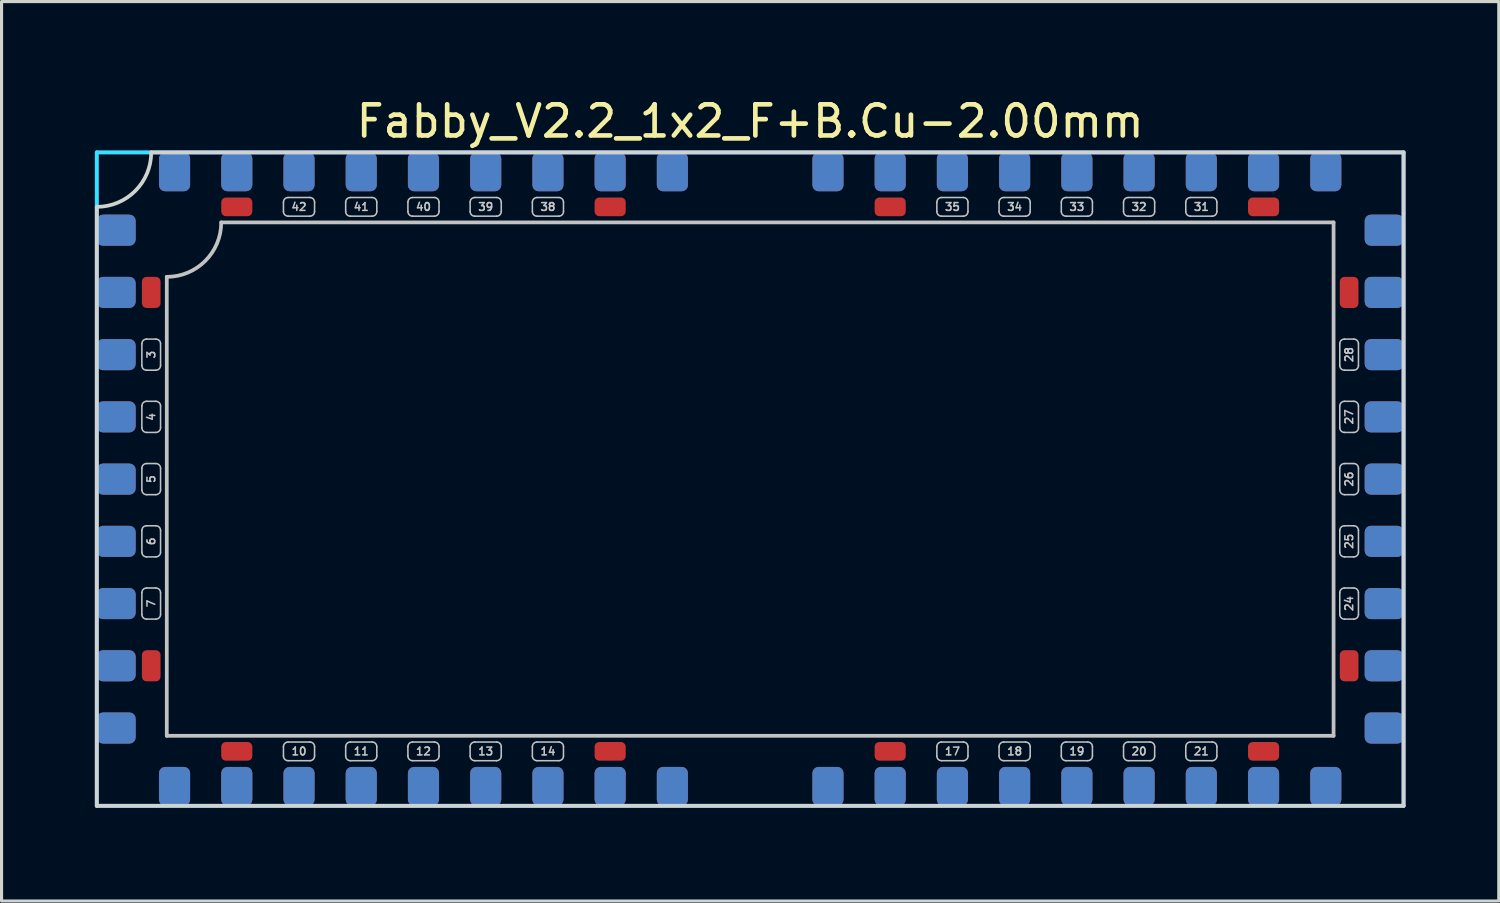
<source format=kicad_pcb>
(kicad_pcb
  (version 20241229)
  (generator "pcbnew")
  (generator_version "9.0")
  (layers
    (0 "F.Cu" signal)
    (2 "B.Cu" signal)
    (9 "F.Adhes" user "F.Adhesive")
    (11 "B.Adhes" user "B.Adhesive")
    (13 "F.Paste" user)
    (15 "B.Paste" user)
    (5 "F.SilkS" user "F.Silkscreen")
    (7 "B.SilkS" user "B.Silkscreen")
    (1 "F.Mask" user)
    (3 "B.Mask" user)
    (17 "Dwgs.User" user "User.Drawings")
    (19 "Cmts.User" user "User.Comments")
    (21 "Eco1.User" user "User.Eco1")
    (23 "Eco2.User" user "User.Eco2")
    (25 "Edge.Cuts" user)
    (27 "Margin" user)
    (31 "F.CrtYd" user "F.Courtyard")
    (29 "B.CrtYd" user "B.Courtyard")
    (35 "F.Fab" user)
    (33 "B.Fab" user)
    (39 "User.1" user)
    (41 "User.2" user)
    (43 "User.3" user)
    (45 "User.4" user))
  (footprint "Fabby_V2.2_1x2_F+B.Cu-2.00mm"
    (layer "F.Cu")
    (at 21.06 12.348)
    (property "Reference" "Fabby_V2.2_1x2_F+B.Cu-2.00mm" (at 0 -11.5 0) (layer "F.SilkS") (effects (font (size 1 1) (thickness 0.15))))
    (attr through_hole)
    (fp_line (start -19.55 -3.65) (end -19.55 -4.35) (stroke (width 0.05) (type solid)) (layer "Dwgs.User"))
    (fp_line (start -19.55 -1.65) (end -19.55 -2.35) (stroke (width 0.05) (type solid)) (layer "Dwgs.User"))
    (fp_line (start -19.55 0.35) (end -19.55 -0.35) (stroke (width 0.05) (type solid)) (layer "Dwgs.User"))
    (fp_line (start -19.55 2.35) (end -19.55 1.65) (stroke (width 0.05) (type solid)) (layer "Dwgs.User"))
    (fp_line (start -19.55 4.35) (end -19.55 3.65) (stroke (width 0.05) (type solid)) (layer "Dwgs.User"))
    (fp_line (start -19.4 -4.5) (end -19.1 -4.5) (stroke (width 0.05) (type solid)) (layer "Dwgs.User"))
    (fp_line (start -19.4 -3.5) (end -19.1 -3.5) (stroke (width 0.05) (type solid)) (layer "Dwgs.User"))
    (fp_line (start -19.4 -2.5) (end -19.1 -2.5) (stroke (width 0.05) (type solid)) (layer "Dwgs.User"))
    (fp_line (start -19.4 -1.5) (end -19.1 -1.5) (stroke (width 0.05) (type solid)) (layer "Dwgs.User"))
    (fp_line (start -19.4 -0.5) (end -19.1 -0.5) (stroke (width 0.05) (type solid)) (layer "Dwgs.User"))
    (fp_line (start -19.4 0.5) (end -19.1 0.5) (stroke (width 0.05) (type solid)) (layer "Dwgs.User"))
    (fp_line (start -19.4 1.5) (end -19.1 1.5) (stroke (width 0.05) (type solid)) (layer "Dwgs.User"))
    (fp_line (start -19.4 2.5) (end -19.1 2.5) (stroke (width 0.05) (type solid)) (layer "Dwgs.User"))
    (fp_line (start -19.4 3.5) (end -19.1 3.5) (stroke (width 0.05) (type solid)) (layer "Dwgs.User"))
    (fp_line (start -19.4 4.5) (end -19.1 4.5) (stroke (width 0.05) (type solid)) (layer "Dwgs.User"))
    (fp_line (start -18.95 -3.65) (end -18.95 -4.35) (stroke (width 0.05) (type solid)) (layer "Dwgs.User"))
    (fp_line (start -18.95 -1.65) (end -18.95 -2.35) (stroke (width 0.05) (type solid)) (layer "Dwgs.User"))
    (fp_line (start -18.95 0.35) (end -18.95 -0.35) (stroke (width 0.05) (type solid)) (layer "Dwgs.User"))
    (fp_line (start -18.95 2.35) (end -18.95 1.65) (stroke (width 0.05) (type solid)) (layer "Dwgs.User"))
    (fp_line (start -18.95 4.35) (end -18.95 3.65) (stroke (width 0.05) (type solid)) (layer "Dwgs.User"))
    (fp_line (start -18.75 8.25) (end -18.75 -6.5) (stroke (width 0.12) (type solid)) (layer "Dwgs.User"))
    (fp_line (start -17 -8.25) (end 18.75 -8.25) (stroke (width 0.12) (type solid)) (layer "Dwgs.User"))
    (fp_line (start -15 -8.6) (end -15 -8.9) (stroke (width 0.05) (type solid)) (layer "Dwgs.User"))
    (fp_line (start -15 8.6) (end -15 8.9) (stroke (width 0.05) (type solid)) (layer "Dwgs.User"))
    (fp_line (start -14.85 8.45) (end -14.15 8.45) (stroke (width 0.05) (type solid)) (layer "Dwgs.User"))
    (fp_line (start -14.85 9.05) (end -14.15 9.05) (stroke (width 0.05) (type solid)) (layer "Dwgs.User"))
    (fp_line (start -14.15 -9.05) (end -14.85 -9.05) (stroke (width 0.05) (type solid)) (layer "Dwgs.User"))
    (fp_line (start -14.15 -8.45) (end -14.85 -8.45) (stroke (width 0.05) (type solid)) (layer "Dwgs.User"))
    (fp_line (start -14 -8.6) (end -14 -8.9) (stroke (width 0.05) (type solid)) (layer "Dwgs.User"))
    (fp_line (start -14 8.6) (end -14 8.9) (stroke (width 0.05) (type solid)) (layer "Dwgs.User"))
    (fp_line (start -13 -8.6) (end -13 -8.9) (stroke (width 0.05) (type solid)) (layer "Dwgs.User"))
    (fp_line (start -13 8.6) (end -13 8.9) (stroke (width 0.05) (type solid)) (layer "Dwgs.User"))
    (fp_line (start -12.85 8.45) (end -12.15 8.45) (stroke (width 0.05) (type solid)) (layer "Dwgs.User"))
    (fp_line (start -12.85 9.05) (end -12.15 9.05) (stroke (width 0.05) (type solid)) (layer "Dwgs.User"))
    (fp_line (start -12.15 -9.05) (end -12.85 -9.05) (stroke (width 0.05) (type solid)) (layer "Dwgs.User"))
    (fp_line (start -12.15 -8.45) (end -12.85 -8.45) (stroke (width 0.05) (type solid)) (layer "Dwgs.User"))
    (fp_line (start -12 -8.6) (end -12 -8.9) (stroke (width 0.05) (type solid)) (layer "Dwgs.User"))
    (fp_line (start -12 8.6) (end -12 8.9) (stroke (width 0.05) (type solid)) (layer "Dwgs.User"))
    (fp_line (start -11 -8.6) (end -11 -8.9) (stroke (width 0.05) (type solid)) (layer "Dwgs.User"))
    (fp_line (start -11 8.6) (end -11 8.9) (stroke (width 0.05) (type solid)) (layer "Dwgs.User"))
    (fp_line (start -10.85 8.45) (end -10.15 8.45) (stroke (width 0.05) (type solid)) (layer "Dwgs.User"))
    (fp_line (start -10.85 9.05) (end -10.15 9.05) (stroke (width 0.05) (type solid)) (layer "Dwgs.User"))
    (fp_line (start -10.15 -9.05) (end -10.85 -9.05) (stroke (width 0.05) (type solid)) (layer "Dwgs.User"))
    (fp_line (start -10.15 -8.45) (end -10.85 -8.45) (stroke (width 0.05) (type solid)) (layer "Dwgs.User"))
    (fp_line (start -10 -8.6) (end -10 -8.9) (stroke (width 0.05) (type solid)) (layer "Dwgs.User"))
    (fp_line (start -10 8.6) (end -10 8.9) (stroke (width 0.05) (type solid)) (layer "Dwgs.User"))
    (fp_line (start -9 -8.6) (end -9 -8.9) (stroke (width 0.05) (type solid)) (layer "Dwgs.User"))
    (fp_line (start -9 8.6) (end -9 8.9) (stroke (width 0.05) (type solid)) (layer "Dwgs.User"))
    (fp_line (start -8.85 8.45) (end -8.15 8.45) (stroke (width 0.05) (type solid)) (layer "Dwgs.User"))
    (fp_line (start -8.85 9.05) (end -8.15 9.05) (stroke (width 0.05) (type solid)) (layer "Dwgs.User"))
    (fp_line (start -8.15 -9.05) (end -8.85 -9.05) (stroke (width 0.05) (type solid)) (layer "Dwgs.User"))
    (fp_line (start -8.15 -8.45) (end -8.85 -8.45) (stroke (width 0.05) (type solid)) (layer "Dwgs.User"))
    (fp_line (start -8 -8.6) (end -8 -8.9) (stroke (width 0.05) (type solid)) (layer "Dwgs.User"))
    (fp_line (start -8 8.6) (end -8 8.9) (stroke (width 0.05) (type solid)) (layer "Dwgs.User"))
    (fp_line (start -7 -8.6) (end -7 -8.9) (stroke (width 0.05) (type solid)) (layer "Dwgs.User"))
    (fp_line (start -7 8.6) (end -7 8.9) (stroke (width 0.05) (type solid)) (layer "Dwgs.User"))
    (fp_line (start -6.85 8.45) (end -6.15 8.45) (stroke (width 0.05) (type solid)) (layer "Dwgs.User"))
    (fp_line (start -6.85 9.05) (end -6.15 9.05) (stroke (width 0.05) (type solid)) (layer "Dwgs.User"))
    (fp_line (start -6.15 -9.05) (end -6.85 -9.05) (stroke (width 0.05) (type solid)) (layer "Dwgs.User"))
    (fp_line (start -6.15 -8.45) (end -6.85 -8.45) (stroke (width 0.05) (type solid)) (layer "Dwgs.User"))
    (fp_line (start -6 -8.6) (end -6 -8.9) (stroke (width 0.05) (type solid)) (layer "Dwgs.User"))
    (fp_line (start -6 8.6) (end -6 8.9) (stroke (width 0.05) (type solid)) (layer "Dwgs.User"))
    (fp_line (start 6 -8.6) (end 6 -8.9) (stroke (width 0.05) (type solid)) (layer "Dwgs.User"))
    (fp_line (start 6 8.9) (end 6 8.6) (stroke (width 0.05) (type solid)) (layer "Dwgs.User"))
    (fp_line (start 6.85 -9.05) (end 6.15 -9.05) (stroke (width 0.05) (type solid)) (layer "Dwgs.User"))
    (fp_line (start 6.85 -8.45) (end 6.15 -8.45) (stroke (width 0.05) (type solid)) (layer "Dwgs.User"))
    (fp_line (start 6.85 8.45) (end 6.15 8.45) (stroke (width 0.05) (type solid)) (layer "Dwgs.User"))
    (fp_line (start 6.85 9.05) (end 6.15 9.05) (stroke (width 0.05) (type solid)) (layer "Dwgs.User"))
    (fp_line (start 7 -8.6) (end 7 -8.9) (stroke (width 0.05) (type solid)) (layer "Dwgs.User"))
    (fp_line (start 7 8.9) (end 7 8.6) (stroke (width 0.05) (type solid)) (layer "Dwgs.User"))
    (fp_line (start 8 -8.6) (end 8 -8.9) (stroke (width 0.05) (type solid)) (layer "Dwgs.User"))
    (fp_line (start 8 8.9) (end 8 8.6) (stroke (width 0.05) (type solid)) (layer "Dwgs.User"))
    (fp_line (start 8.85 -9.05) (end 8.15 -9.05) (stroke (width 0.05) (type solid)) (layer "Dwgs.User"))
    (fp_line (start 8.85 -8.45) (end 8.15 -8.45) (stroke (width 0.05) (type solid)) (layer "Dwgs.User"))
    (fp_line (start 8.85 8.45) (end 8.15 8.45) (stroke (width 0.05) (type solid)) (layer "Dwgs.User"))
    (fp_line (start 8.85 9.05) (end 8.15 9.05) (stroke (width 0.05) (type solid)) (layer "Dwgs.User"))
    (fp_line (start 9 -8.6) (end 9 -8.9) (stroke (width 0.05) (type solid)) (layer "Dwgs.User"))
    (fp_line (start 9 8.9) (end 9 8.6) (stroke (width 0.05) (type solid)) (layer "Dwgs.User"))
    (fp_line (start 10 -8.6) (end 10 -8.9) (stroke (width 0.05) (type solid)) (layer "Dwgs.User"))
    (fp_line (start 10 8.9) (end 10 8.6) (stroke (width 0.05) (type solid)) (layer "Dwgs.User"))
    (fp_line (start 10.85 -9.05) (end 10.15 -9.05) (stroke (width 0.05) (type solid)) (layer "Dwgs.User"))
    (fp_line (start 10.85 -8.45) (end 10.15 -8.45) (stroke (width 0.05) (type solid)) (layer "Dwgs.User"))
    (fp_line (start 10.85 8.45) (end 10.15 8.45) (stroke (width 0.05) (type solid)) (layer "Dwgs.User"))
    (fp_line (start 10.85 9.05) (end 10.15 9.05) (stroke (width 0.05) (type solid)) (layer "Dwgs.User"))
    (fp_line (start 11 -8.6) (end 11 -8.9) (stroke (width 0.05) (type solid)) (layer "Dwgs.User"))
    (fp_line (start 11 8.9) (end 11 8.6) (stroke (width 0.05) (type solid)) (layer "Dwgs.User"))
    (fp_line (start 12 -8.6) (end 12 -8.9) (stroke (width 0.05) (type solid)) (layer "Dwgs.User"))
    (fp_line (start 12 8.9) (end 12 8.6) (stroke (width 0.05) (type solid)) (layer "Dwgs.User"))
    (fp_line (start 12.85 -9.05) (end 12.15 -9.05) (stroke (width 0.05) (type solid)) (layer "Dwgs.User"))
    (fp_line (start 12.85 -8.45) (end 12.15 -8.45) (stroke (width 0.05) (type solid)) (layer "Dwgs.User"))
    (fp_line (start 12.85 8.45) (end 12.15 8.45) (stroke (width 0.05) (type solid)) (layer "Dwgs.User"))
    (fp_line (start 12.85 9.05) (end 12.15 9.05) (stroke (width 0.05) (type solid)) (layer "Dwgs.User"))
    (fp_line (start 13 -8.6) (end 13 -8.9) (stroke (width 0.05) (type solid)) (layer "Dwgs.User"))
    (fp_line (start 13 8.9) (end 13 8.6) (stroke (width 0.05) (type solid)) (layer "Dwgs.User"))
    (fp_line (start 14 -8.6) (end 14 -8.9) (stroke (width 0.05) (type solid)) (layer "Dwgs.User"))
    (fp_line (start 14 8.9) (end 14 8.6) (stroke (width 0.05) (type solid)) (layer "Dwgs.User"))
    (fp_line (start 14.85 -9.05) (end 14.15 -9.05) (stroke (width 0.05) (type solid)) (layer "Dwgs.User"))
    (fp_line (start 14.85 -8.45) (end 14.15 -8.45) (stroke (width 0.05) (type solid)) (layer "Dwgs.User"))
    (fp_line (start 14.85 8.45) (end 14.15 8.45) (stroke (width 0.05) (type solid)) (layer "Dwgs.User"))
    (fp_line (start 14.85 9.05) (end 14.15 9.05) (stroke (width 0.05) (type solid)) (layer "Dwgs.User"))
    (fp_line (start 15 -8.6) (end 15 -8.9) (stroke (width 0.05) (type solid)) (layer "Dwgs.User"))
    (fp_line (start 15 8.9) (end 15 8.6) (stroke (width 0.05) (type solid)) (layer "Dwgs.User"))
    (fp_line (start 18.75 -8.25) (end 18.75 8.25) (stroke (width 0.12) (type solid)) (layer "Dwgs.User"))
    (fp_line (start 18.75 8.25) (end -18.75 8.25) (stroke (width 0.12) (type solid)) (layer "Dwgs.User"))
    (fp_line (start 18.95 -4.35) (end 18.95 -3.65) (stroke (width 0.05) (type solid)) (layer "Dwgs.User"))
    (fp_line (start 18.95 -2.35) (end 18.95 -1.65) (stroke (width 0.05) (type solid)) (layer "Dwgs.User"))
    (fp_line (start 18.95 -0.35) (end 18.95 0.35) (stroke (width 0.05) (type solid)) (layer "Dwgs.User"))
    (fp_line (start 18.95 1.65) (end 18.95 2.35) (stroke (width 0.05) (type solid)) (layer "Dwgs.User"))
    (fp_line (start 18.95 3.65) (end 18.95 4.35) (stroke (width 0.05) (type solid)) (layer "Dwgs.User"))
    (fp_line (start 19.4 -4.5) (end 19.1 -4.5) (stroke (width 0.05) (type solid)) (layer "Dwgs.User"))
    (fp_line (start 19.4 -3.5) (end 19.1 -3.5) (stroke (width 0.05) (type solid)) (layer "Dwgs.User"))
    (fp_line (start 19.4 -2.5) (end 19.1 -2.5) (stroke (width 0.05) (type solid)) (layer "Dwgs.User"))
    (fp_line (start 19.4 -1.5) (end 19.1 -1.5) (stroke (width 0.05) (type solid)) (layer "Dwgs.User"))
    (fp_line (start 19.4 -0.5) (end 19.1 -0.5) (stroke (width 0.05) (type solid)) (layer "Dwgs.User"))
    (fp_line (start 19.4 0.5) (end 19.1 0.5) (stroke (width 0.05) (type solid)) (layer "Dwgs.User"))
    (fp_line (start 19.4 1.5) (end 19.1 1.5) (stroke (width 0.05) (type solid)) (layer "Dwgs.User"))
    (fp_line (start 19.4 2.5) (end 19.1 2.5) (stroke (width 0.05) (type solid)) (layer "Dwgs.User"))
    (fp_line (start 19.4 3.5) (end 19.1 3.5) (stroke (width 0.05) (type solid)) (layer "Dwgs.User"))
    (fp_line (start 19.4 4.5) (end 19.1 4.5) (stroke (width 0.05) (type solid)) (layer "Dwgs.User"))
    (fp_line (start 19.55 -4.35) (end 19.55 -3.65) (stroke (width 0.05) (type solid)) (layer "Dwgs.User"))
    (fp_line (start 19.55 -2.35) (end 19.55 -1.65) (stroke (width 0.05) (type solid)) (layer "Dwgs.User"))
    (fp_line (start 19.55 -0.35) (end 19.55 0.35) (stroke (width 0.05) (type solid)) (layer "Dwgs.User"))
    (fp_line (start 19.55 1.65) (end 19.55 2.35) (stroke (width 0.05) (type solid)) (layer "Dwgs.User"))
    (fp_line (start 19.55 3.65) (end 19.55 4.35) (stroke (width 0.05) (type solid)) (layer "Dwgs.User"))
    (fp_arc (start -19.55 -4.35) (mid -19.506066 -4.456066) (end -19.4 -4.5) (stroke (width 0.05) (type solid)) (layer "Dwgs.User"))
    (fp_arc (start -19.55 -2.35) (mid -19.506066 -2.456066) (end -19.4 -2.5) (stroke (width 0.05) (type solid)) (layer "Dwgs.User"))
    (fp_arc (start -19.55 -0.35) (mid -19.506066 -0.456066) (end -19.4 -0.5) (stroke (width 0.05) (type solid)) (layer "Dwgs.User"))
    (fp_arc (start -19.55 1.65) (mid -19.506066 1.543934) (end -19.4 1.5) (stroke (width 0.05) (type solid)) (layer "Dwgs.User"))
    (fp_arc (start -19.55 3.65) (mid -19.506066 3.543934) (end -19.4 3.5) (stroke (width 0.05) (type solid)) (layer "Dwgs.User"))
    (fp_arc (start -19.4 -3.5) (mid -19.506066 -3.543934) (end -19.55 -3.65) (stroke (width 0.05) (type solid)) (layer "Dwgs.User"))
    (fp_arc (start -19.4 -1.5) (mid -19.506066 -1.543934) (end -19.55 -1.65) (stroke (width 0.05) (type solid)) (layer "Dwgs.User"))
    (fp_arc (start -19.4 0.5) (mid -19.506066 0.456066) (end -19.55 0.35) (stroke (width 0.05) (type solid)) (layer "Dwgs.User"))
    (fp_arc (start -19.4 2.5) (mid -19.506066 2.456066) (end -19.55 2.35) (stroke (width 0.05) (type solid)) (layer "Dwgs.User"))
    (fp_arc (start -19.4 4.5) (mid -19.506066 4.456066) (end -19.55 4.35) (stroke (width 0.05) (type solid)) (layer "Dwgs.User"))
    (fp_arc (start -19.1 -4.5) (mid -18.993934 -4.456066) (end -18.95 -4.35) (stroke (width 0.05) (type solid)) (layer "Dwgs.User"))
    (fp_arc (start -19.1 -2.5) (mid -18.993934 -2.456066) (end -18.95 -2.35) (stroke (width 0.05) (type solid)) (layer "Dwgs.User"))
    (fp_arc (start -19.1 -0.5) (mid -18.993934 -0.456066) (end -18.95 -0.35) (stroke (width 0.05) (type solid)) (layer "Dwgs.User"))
    (fp_arc (start -19.1 1.5) (mid -18.993934 1.543934) (end -18.95 1.65) (stroke (width 0.05) (type solid)) (layer "Dwgs.User"))
    (fp_arc (start -19.1 3.5) (mid -18.993934 3.543934) (end -18.95 3.65) (stroke (width 0.05) (type solid)) (layer "Dwgs.User"))
    (fp_arc (start -18.95 -3.65) (mid -18.993934 -3.543934) (end -19.1 -3.5) (stroke (width 0.05) (type solid)) (layer "Dwgs.User"))
    (fp_arc (start -18.95 -1.65) (mid -18.993934 -1.543934) (end -19.1 -1.5) (stroke (width 0.05) (type solid)) (layer "Dwgs.User"))
    (fp_arc (start -18.95 0.35) (mid -18.993934 0.456066) (end -19.1 0.5) (stroke (width 0.05) (type solid)) (layer "Dwgs.User"))
    (fp_arc (start -18.95 2.35) (mid -18.993934 2.456066) (end -19.1 2.5) (stroke (width 0.05) (type solid)) (layer "Dwgs.User"))
    (fp_arc (start -18.95 4.35) (mid -18.993934 4.456066) (end -19.1 4.5) (stroke (width 0.05) (type solid)) (layer "Dwgs.User"))
    (fp_arc (start -17 -8.25) (mid -17.512563 -7.012563) (end -18.75 -6.5) (stroke (width 0.12) (type solid)) (layer "Dwgs.User"))
    (fp_arc (start -15 -8.9) (mid -14.956066 -9.006066) (end -14.85 -9.05) (stroke (width 0.05) (type solid)) (layer "Dwgs.User"))
    (fp_arc (start -15 8.6) (mid -14.956066 8.493934) (end -14.85 8.45) (stroke (width 0.05) (type solid)) (layer "Dwgs.User"))
    (fp_arc (start -14.85 -8.45) (mid -14.956066 -8.493934) (end -15 -8.6) (stroke (width 0.05) (type solid)) (layer "Dwgs.User"))
    (fp_arc (start -14.85 9.05) (mid -14.956066 9.006066) (end -15 8.9) (stroke (width 0.05) (type solid)) (layer "Dwgs.User"))
    (fp_arc (start -14.15 -9.05) (mid -14.043934 -9.006066) (end -14 -8.9) (stroke (width 0.05) (type solid)) (layer "Dwgs.User"))
    (fp_arc (start -14.15 8.45) (mid -14.043934 8.493934) (end -14 8.6) (stroke (width 0.05) (type solid)) (layer "Dwgs.User"))
    (fp_arc (start -14 -8.6) (mid -14.043934 -8.493934) (end -14.15 -8.45) (stroke (width 0.05) (type solid)) (layer "Dwgs.User"))
    (fp_arc (start -14 8.9) (mid -14.043934 9.006066) (end -14.15 9.05) (stroke (width 0.05) (type solid)) (layer "Dwgs.User"))
    (fp_arc (start -13 -8.9) (mid -12.956066 -9.006066) (end -12.85 -9.05) (stroke (width 0.05) (type solid)) (layer "Dwgs.User"))
    (fp_arc (start -13 8.6) (mid -12.956066 8.493934) (end -12.85 8.45) (stroke (width 0.05) (type solid)) (layer "Dwgs.User"))
    (fp_arc (start -12.85 -8.45) (mid -12.956066 -8.493934) (end -13 -8.6) (stroke (width 0.05) (type solid)) (layer "Dwgs.User"))
    (fp_arc (start -12.85 9.05) (mid -12.956066 9.006066) (end -13 8.9) (stroke (width 0.05) (type solid)) (layer "Dwgs.User"))
    (fp_arc (start -12.15 -9.05) (mid -12.043934 -9.006066) (end -12 -8.9) (stroke (width 0.05) (type solid)) (layer "Dwgs.User"))
    (fp_arc (start -12.15 8.45) (mid -12.043934 8.493934) (end -12 8.6) (stroke (width 0.05) (type solid)) (layer "Dwgs.User"))
    (fp_arc (start -12 -8.6) (mid -12.043934 -8.493934) (end -12.15 -8.45) (stroke (width 0.05) (type solid)) (layer "Dwgs.User"))
    (fp_arc (start -12 8.9) (mid -12.043934 9.006066) (end -12.15 9.05) (stroke (width 0.05) (type solid)) (layer "Dwgs.User"))
    (fp_arc (start -11 -8.9) (mid -10.956066 -9.006066) (end -10.85 -9.05) (stroke (width 0.05) (type solid)) (layer "Dwgs.User"))
    (fp_arc (start -11 8.6) (mid -10.956066 8.493934) (end -10.85 8.45) (stroke (width 0.05) (type solid)) (layer "Dwgs.User"))
    (fp_arc (start -10.85 -8.45) (mid -10.956066 -8.493934) (end -11 -8.6) (stroke (width 0.05) (type solid)) (layer "Dwgs.User"))
    (fp_arc (start -10.85 9.05) (mid -10.956066 9.006066) (end -11 8.9) (stroke (width 0.05) (type solid)) (layer "Dwgs.User"))
    (fp_arc (start -10.15 -9.05) (mid -10.043934 -9.006066) (end -10 -8.9) (stroke (width 0.05) (type solid)) (layer "Dwgs.User"))
    (fp_arc (start -10.15 8.45) (mid -10.043934 8.493934) (end -10 8.6) (stroke (width 0.05) (type solid)) (layer "Dwgs.User"))
    (fp_arc (start -10 -8.6) (mid -10.043934 -8.493934) (end -10.15 -8.45) (stroke (width 0.05) (type solid)) (layer "Dwgs.User"))
    (fp_arc (start -10 8.9) (mid -10.043934 9.006066) (end -10.15 9.05) (stroke (width 0.05) (type solid)) (layer "Dwgs.User"))
    (fp_arc (start -9 -8.9) (mid -8.956066 -9.006066) (end -8.85 -9.05) (stroke (width 0.05) (type solid)) (layer "Dwgs.User"))
    (fp_arc (start -9 8.6) (mid -8.956066 8.493934) (end -8.85 8.45) (stroke (width 0.05) (type solid)) (layer "Dwgs.User"))
    (fp_arc (start -8.85 -8.45) (mid -8.956066 -8.493934) (end -9 -8.6) (stroke (width 0.05) (type solid)) (layer "Dwgs.User"))
    (fp_arc (start -8.85 9.05) (mid -8.956066 9.006066) (end -9 8.9) (stroke (width 0.05) (type solid)) (layer "Dwgs.User"))
    (fp_arc (start -8.15 -9.05) (mid -8.043934 -9.006066) (end -8 -8.9) (stroke (width 0.05) (type solid)) (layer "Dwgs.User"))
    (fp_arc (start -8.15 8.45) (mid -8.043934 8.493934) (end -8 8.6) (stroke (width 0.05) (type solid)) (layer "Dwgs.User"))
    (fp_arc (start -8 -8.6) (mid -8.043934 -8.493934) (end -8.15 -8.45) (stroke (width 0.05) (type solid)) (layer "Dwgs.User"))
    (fp_arc (start -8 8.9) (mid -8.043934 9.006066) (end -8.15 9.05) (stroke (width 0.05) (type solid)) (layer "Dwgs.User"))
    (fp_arc (start -7 -8.9) (mid -6.956066 -9.006066) (end -6.85 -9.05) (stroke (width 0.05) (type solid)) (layer "Dwgs.User"))
    (fp_arc (start -7 8.6) (mid -6.956066 8.493934) (end -6.85 8.45) (stroke (width 0.05) (type solid)) (layer "Dwgs.User"))
    (fp_arc (start -6.85 -8.45) (mid -6.956066 -8.493934) (end -7 -8.6) (stroke (width 0.05) (type solid)) (layer "Dwgs.User"))
    (fp_arc (start -6.85 9.05) (mid -6.956066 9.006066) (end -7 8.9) (stroke (width 0.05) (type solid)) (layer "Dwgs.User"))
    (fp_arc (start -6.15 -9.05) (mid -6.043934 -9.006066) (end -6 -8.9) (stroke (width 0.05) (type solid)) (layer "Dwgs.User"))
    (fp_arc (start -6.15 8.45) (mid -6.043934 8.493934) (end -6 8.6) (stroke (width 0.05) (type solid)) (layer "Dwgs.User"))
    (fp_arc (start -6 -8.6) (mid -6.043934 -8.493934) (end -6.15 -8.45) (stroke (width 0.05) (type solid)) (layer "Dwgs.User"))
    (fp_arc (start -6 8.9) (mid -6.043934 9.006066) (end -6.15 9.05) (stroke (width 0.05) (type solid)) (layer "Dwgs.User"))
    (fp_arc (start 6 -8.9) (mid 6.043934 -9.006066) (end 6.15 -9.05) (stroke (width 0.05) (type solid)) (layer "Dwgs.User"))
    (fp_arc (start 6 8.6) (mid 6.043934 8.493934) (end 6.15 8.45) (stroke (width 0.05) (type solid)) (layer "Dwgs.User"))
    (fp_arc (start 6.15 -8.45) (mid 6.043934 -8.493934) (end 6 -8.6) (stroke (width 0.05) (type solid)) (layer "Dwgs.User"))
    (fp_arc (start 6.15 9.05) (mid 6.043934 9.006066) (end 6 8.9) (stroke (width 0.05) (type solid)) (layer "Dwgs.User"))
    (fp_arc (start 6.85 -9.05) (mid 6.956066 -9.006066) (end 7 -8.9) (stroke (width 0.05) (type solid)) (layer "Dwgs.User"))
    (fp_arc (start 6.85 8.45) (mid 6.956066 8.493934) (end 7 8.6) (stroke (width 0.05) (type solid)) (layer "Dwgs.User"))
    (fp_arc (start 7 -8.6) (mid 6.956066 -8.493934) (end 6.85 -8.45) (stroke (width 0.05) (type solid)) (layer "Dwgs.User"))
    (fp_arc (start 7 8.9) (mid 6.956066 9.006066) (end 6.85 9.05) (stroke (width 0.05) (type solid)) (layer "Dwgs.User"))
    (fp_arc (start 8 -8.9) (mid 8.043934 -9.006066) (end 8.15 -9.05) (stroke (width 0.05) (type solid)) (layer "Dwgs.User"))
    (fp_arc (start 8 8.6) (mid 8.043934 8.493934) (end 8.15 8.45) (stroke (width 0.05) (type solid)) (layer "Dwgs.User"))
    (fp_arc (start 8.15 -8.45) (mid 8.043934 -8.493934) (end 8 -8.6) (stroke (width 0.05) (type solid)) (layer "Dwgs.User"))
    (fp_arc (start 8.15 9.05) (mid 8.043934 9.006066) (end 8 8.9) (stroke (width 0.05) (type solid)) (layer "Dwgs.User"))
    (fp_arc (start 8.85 -9.05) (mid 8.956066 -9.006066) (end 9 -8.9) (stroke (width 0.05) (type solid)) (layer "Dwgs.User"))
    (fp_arc (start 8.85 8.45) (mid 8.956066 8.493934) (end 9 8.6) (stroke (width 0.05) (type solid)) (layer "Dwgs.User"))
    (fp_arc (start 9 -8.6) (mid 8.956066 -8.493934) (end 8.85 -8.45) (stroke (width 0.05) (type solid)) (layer "Dwgs.User"))
    (fp_arc (start 9 8.9) (mid 8.956066 9.006066) (end 8.85 9.05) (stroke (width 0.05) (type solid)) (layer "Dwgs.User"))
    (fp_arc (start 10 -8.9) (mid 10.043934 -9.006066) (end 10.15 -9.05) (stroke (width 0.05) (type solid)) (layer "Dwgs.User"))
    (fp_arc (start 10 8.6) (mid 10.043934 8.493934) (end 10.15 8.45) (stroke (width 0.05) (type solid)) (layer "Dwgs.User"))
    (fp_arc (start 10.15 -8.45) (mid 10.043934 -8.493934) (end 10 -8.6) (stroke (width 0.05) (type solid)) (layer "Dwgs.User"))
    (fp_arc (start 10.15 9.05) (mid 10.043934 9.006066) (end 10 8.9) (stroke (width 0.05) (type solid)) (layer "Dwgs.User"))
    (fp_arc (start 10.85 -9.05) (mid 10.956066 -9.006066) (end 11 -8.9) (stroke (width 0.05) (type solid)) (layer "Dwgs.User"))
    (fp_arc (start 10.85 8.45) (mid 10.956066 8.493934) (end 11 8.6) (stroke (width 0.05) (type solid)) (layer "Dwgs.User"))
    (fp_arc (start 11 -8.6) (mid 10.956066 -8.493934) (end 10.85 -8.45) (stroke (width 0.05) (type solid)) (layer "Dwgs.User"))
    (fp_arc (start 11 8.9) (mid 10.956066 9.006066) (end 10.85 9.05) (stroke (width 0.05) (type solid)) (layer "Dwgs.User"))
    (fp_arc (start 12 -8.9) (mid 12.043934 -9.006066) (end 12.15 -9.05) (stroke (width 0.05) (type solid)) (layer "Dwgs.User"))
    (fp_arc (start 12 8.6) (mid 12.043934 8.493934) (end 12.15 8.45) (stroke (width 0.05) (type solid)) (layer "Dwgs.User"))
    (fp_arc (start 12.15 -8.45) (mid 12.043934 -8.493934) (end 12 -8.6) (stroke (width 0.05) (type solid)) (layer "Dwgs.User"))
    (fp_arc (start 12.15 9.05) (mid 12.043934 9.006066) (end 12 8.9) (stroke (width 0.05) (type solid)) (layer "Dwgs.User"))
    (fp_arc (start 12.85 -9.05) (mid 12.956066 -9.006066) (end 13 -8.9) (stroke (width 0.05) (type solid)) (layer "Dwgs.User"))
    (fp_arc (start 12.85 8.45) (mid 12.956066 8.493934) (end 13 8.6) (stroke (width 0.05) (type solid)) (layer "Dwgs.User"))
    (fp_arc (start 13 -8.6) (mid 12.956066 -8.493934) (end 12.85 -8.45) (stroke (width 0.05) (type solid)) (layer "Dwgs.User"))
    (fp_arc (start 13 8.9) (mid 12.956066 9.006066) (end 12.85 9.05) (stroke (width 0.05) (type solid)) (layer "Dwgs.User"))
    (fp_arc (start 14 -8.9) (mid 14.043934 -9.006066) (end 14.15 -9.05) (stroke (width 0.05) (type solid)) (layer "Dwgs.User"))
    (fp_arc (start 14 8.6) (mid 14.043934 8.493934) (end 14.15 8.45) (stroke (width 0.05) (type solid)) (layer "Dwgs.User"))
    (fp_arc (start 14.15 -8.45) (mid 14.043934 -8.493934) (end 14 -8.6) (stroke (width 0.05) (type solid)) (layer "Dwgs.User"))
    (fp_arc (start 14.15 9.05) (mid 14.043934 9.006066) (end 14 8.9) (stroke (width 0.05) (type solid)) (layer "Dwgs.User"))
    (fp_arc (start 14.85 -9.05) (mid 14.956066 -9.006066) (end 15 -8.9) (stroke (width 0.05) (type solid)) (layer "Dwgs.User"))
    (fp_arc (start 14.85 8.45) (mid 14.956066 8.493934) (end 15 8.6) (stroke (width 0.05) (type solid)) (layer "Dwgs.User"))
    (fp_arc (start 15 -8.6) (mid 14.956066 -8.493934) (end 14.85 -8.45) (stroke (width 0.05) (type solid)) (layer "Dwgs.User"))
    (fp_arc (start 15 8.9) (mid 14.956066 9.006066) (end 14.85 9.05) (stroke (width 0.05) (type solid)) (layer "Dwgs.User"))
    (fp_arc (start 18.95 -4.35) (mid 18.993934 -4.456066) (end 19.1 -4.5) (stroke (width 0.05) (type solid)) (layer "Dwgs.User"))
    (fp_arc (start 18.95 -2.35) (mid 18.993934 -2.456066) (end 19.1 -2.5) (stroke (width 0.05) (type solid)) (layer "Dwgs.User"))
    (fp_arc (start 18.95 -0.35) (mid 18.993934 -0.456066) (end 19.1 -0.5) (stroke (width 0.05) (type solid)) (layer "Dwgs.User"))
    (fp_arc (start 18.95 1.65) (mid 18.993934 1.543934) (end 19.1 1.5) (stroke (width 0.05) (type solid)) (layer "Dwgs.User"))
    (fp_arc (start 18.95 3.65) (mid 18.993934 3.543934) (end 19.1 3.5) (stroke (width 0.05) (type solid)) (layer "Dwgs.User"))
    (fp_arc (start 19.1 -3.5) (mid 18.993934 -3.543934) (end 18.95 -3.65) (stroke (width 0.05) (type solid)) (layer "Dwgs.User"))
    (fp_arc (start 19.1 -1.5) (mid 18.993934 -1.543934) (end 18.95 -1.65) (stroke (width 0.05) (type solid)) (layer "Dwgs.User"))
    (fp_arc (start 19.1 0.5) (mid 18.993934 0.456066) (end 18.95 0.35) (stroke (width 0.05) (type solid)) (layer "Dwgs.User"))
    (fp_arc (start 19.1 2.5) (mid 18.993934 2.456066) (end 18.95 2.35) (stroke (width 0.05) (type solid)) (layer "Dwgs.User"))
    (fp_arc (start 19.1 4.5) (mid 18.993934 4.456066) (end 18.95 4.35) (stroke (width 0.05) (type solid)) (layer "Dwgs.User"))
    (fp_arc (start 19.4 -4.5) (mid 19.506066 -4.456066) (end 19.55 -4.35) (stroke (width 0.05) (type solid)) (layer "Dwgs.User"))
    (fp_arc (start 19.4 -2.5) (mid 19.506066 -2.456066) (end 19.55 -2.35) (stroke (width 0.05) (type solid)) (layer "Dwgs.User"))
    (fp_arc (start 19.4 -0.5) (mid 19.506066 -0.456066) (end 19.55 -0.35) (stroke (width 0.05) (type solid)) (layer "Dwgs.User"))
    (fp_arc (start 19.4 1.5) (mid 19.506066 1.543934) (end 19.55 1.65) (stroke (width 0.05) (type solid)) (layer "Dwgs.User"))
    (fp_arc (start 19.4 3.5) (mid 19.506066 3.543934) (end 19.55 3.65) (stroke (width 0.05) (type solid)) (layer "Dwgs.User"))
    (fp_arc (start 19.55 -3.65) (mid 19.506066 -3.543934) (end 19.4 -3.5) (stroke (width 0.05) (type solid)) (layer "Dwgs.User"))
    (fp_arc (start 19.55 -1.65) (mid 19.506066 -1.543934) (end 19.4 -1.5) (stroke (width 0.05) (type solid)) (layer "Dwgs.User"))
    (fp_arc (start 19.55 0.35) (mid 19.506066 0.456066) (end 19.4 0.5) (stroke (width 0.05) (type solid)) (layer "Dwgs.User"))
    (fp_arc (start 19.55 2.35) (mid 19.506066 2.456066) (end 19.4 2.5) (stroke (width 0.05) (type solid)) (layer "Dwgs.User"))
    (fp_arc (start 19.55 4.35) (mid 19.506066 4.456066) (end 19.4 4.5) (stroke (width 0.05) (type solid)) (layer "Dwgs.User"))
    (fp_line (start -21 -8.75) (end -21 10.5) (stroke (width 0.12) (type solid)) (layer "Edge.Cuts"))
    (fp_line (start -21 10.5) (end 21 10.5) (stroke (width 0.12) (type solid)) (layer "Edge.Cuts"))
    (fp_line (start -19.25 -10.5) (end 21 -10.5) (stroke (width 0.12) (type solid)) (layer "Edge.Cuts"))
    (fp_line (start 21 -10.5) (end 21 10.5) (stroke (width 0.12) (type solid)) (layer "Edge.Cuts"))
    (fp_arc (start -19.25 -10.5) (mid -19.762563 -9.262563) (end -21 -8.75) (stroke (width 0.12) (type solid)) (layer "Edge.Cuts"))
    (fp_line (start -21 -10.5) (end 21 -10.5) (stroke (width 0.12) (type solid)) (layer "B.CrtYd"))
    (fp_line (start -21 10.5) (end -21 -10.5) (stroke (width 0.12) (type solid)) (layer "B.CrtYd"))
    (fp_line (start -21 10.5) (end 21 10.5) (stroke (width 0.12) (type solid)) (layer "B.CrtYd"))
    (fp_line (start 21 10.5) (end 21 -10.5) (stroke (width 0.12) (type solid)) (layer "B.CrtYd"))
    (fp_line (start -21 -10.5) (end 21 -10.5) (stroke (width 0.12) (type solid)) (layer "F.CrtYd"))
    (fp_line (start -21 10.5) (end -21 -10.5) (stroke (width 0.12) (type solid)) (layer "F.CrtYd"))
    (fp_line (start -21 10.5) (end 21 10.5) (stroke (width 0.12) (type solid)) (layer "F.CrtYd"))
    (fp_line (start 21 10.5) (end 21 -10.5) (stroke (width 0.12) (type solid)) (layer "F.CrtYd"))
    (fp_text user "13" (at -8.5 8.75 0) (layer "Dwgs.User") (effects (font (size 0.25 0.25) (thickness 0.05))))
    (fp_text user "35" (at 6.5 -8.75 180) (layer "Dwgs.User") (effects (font (size 0.25 0.25) (thickness 0.05))))
    (fp_text user "17" (at 6.5 8.75 180) (layer "Dwgs.User") (effects (font (size 0.25 0.25) (thickness 0.05))))
    (fp_text user "21" (at 14.5 8.75 180) (layer "Dwgs.User") (effects (font (size 0.25 0.25) (thickness 0.05))))
    (fp_text user "6" (at -19.25 2 90) (layer "Dwgs.User") (effects (font (size 0.25 0.25) (thickness 0.05))))
    (fp_text user "4" (at -19.25 -2 90) (layer "Dwgs.User") (effects (font (size 0.25 0.25) (thickness 0.05))))
    (fp_text user "11" (at -12.5 8.75 0) (layer "Dwgs.User") (effects (font (size 0.25 0.25) (thickness 0.05))))
    (fp_text user "18" (at 8.5 8.75 180) (layer "Dwgs.User") (effects (font (size 0.25 0.25) (thickness 0.05))))
    (fp_text user "3" (at -19.25 -4 90) (layer "Dwgs.User") (effects (font (size 0.25 0.25) (thickness 0.05))))
    (fp_text user "42" (at -14.5 -8.75 180) (layer "Dwgs.User") (effects (font (size 0.25 0.25) (thickness 0.05))))
    (fp_text user "41" (at -12.5 -8.75 180) (layer "Dwgs.User") (effects (font (size 0.25 0.25) (thickness 0.05))))
    (fp_text user "31" (at 14.5 -8.75 180) (layer "Dwgs.User") (effects (font (size 0.25 0.25) (thickness 0.05))))
    (fp_text user "24" (at 19.25 4 270) (layer "Dwgs.User") (effects (font (size 0.25 0.25) (thickness 0.05))))
    (fp_text user "38" (at -6.5 -8.75 180) (layer "Dwgs.User") (effects (font (size 0.25 0.25) (thickness 0.05))))
    (fp_text user "5" (at -19.25 0 90) (layer "Dwgs.User") (effects (font (size 0.25 0.25) (thickness 0.05))))
    (fp_text user "40" (at -10.5 -8.75 180) (layer "Dwgs.User") (effects (font (size 0.25 0.25) (thickness 0.05))))
    (fp_text user "32" (at 12.5 -8.75 180) (layer "Dwgs.User") (effects (font (size 0.25 0.25) (thickness 0.05))))
    (fp_text user "28" (at 19.25 -4 270) (layer "Dwgs.User") (effects (font (size 0.25 0.25) (thickness 0.05))))
    (fp_text user "14" (at -6.5 8.75 0) (layer "Dwgs.User") (effects (font (size 0.25 0.25) (thickness 0.05))))
    (fp_text user "27" (at 19.25 -2 270) (layer "Dwgs.User") (effects (font (size 0.25 0.25) (thickness 0.05))))
    (fp_text user "34" (at 8.5 -8.75 180) (layer "Dwgs.User") (effects (font (size 0.25 0.25) (thickness 0.05))))
    (fp_text user "39" (at -8.5 -8.75 180) (layer "Dwgs.User") (effects (font (size 0.25 0.25) (thickness 0.05))))
    (fp_text user "7" (at -19.25 4 90) (layer "Dwgs.User") (effects (font (size 0.25 0.25) (thickness 0.05))))
    (fp_text user "25" (at 19.25 2 270) (layer "Dwgs.User") (effects (font (size 0.25 0.25) (thickness 0.05))))
    (fp_text user "20" (at 12.5 8.75 180) (layer "Dwgs.User") (effects (font (size 0.25 0.25) (thickness 0.05))))
    (fp_text user "26" (at 19.25 0 270) (layer "Dwgs.User") (effects (font (size 0.25 0.25) (thickness 0.05))))
    (fp_text user "33" (at 10.5 -8.75 180) (layer "Dwgs.User") (effects (font (size 0.25 0.25) (thickness 0.05))))
    (fp_text user "19" (at 10.5 8.75 180) (layer "Dwgs.User") (effects (font (size 0.25 0.25) (thickness 0.05))))
    (fp_text user "12" (at -10.5 8.75 0) (layer "Dwgs.User") (effects (font (size 0.25 0.25) (thickness 0.05))))
    (fp_text user "10" (at -14.5 8.75 0) (layer "Dwgs.User") (effects (font (size 0.25 0.25) (thickness 0.05))))
    (pad "" smd roundrect (at -20.5 -6 90) (size 1 1.25) (drill (offset 0 0.125)) (layers "F.Cu" "F.Mask" "F.Paste") (roundrect_rratio 0.2))
    (pad "" smd roundrect (at -20.5 -6 90) (size 1 1.25) (drill (offset 0 0.125)) (layers "B.Cu" "B.Mask" "B.Paste") (roundrect_rratio 0.2))
    (pad "" smd roundrect (at -20.5 6 90) (size 1 1.25) (drill (offset 0 0.125)) (layers "F.Cu" "F.Mask" "F.Paste") (roundrect_rratio 0.2))
    (pad "" smd roundrect (at -20.5 6 90) (size 1 1.25) (drill (offset 0 0.125)) (layers "B.Cu" "B.Mask" "B.Paste") (roundrect_rratio 0.2))
    (pad "" smd roundrect (at -16.5 -10) (size 1 1.25) (drill (offset 0 0.125)) (layers "F.Cu" "F.Mask" "F.Paste") (roundrect_rratio 0.2))
    (pad "" smd roundrect (at -16.5 -10) (size 1 1.25) (drill (offset 0 0.125)) (layers "B.Cu" "B.Mask" "B.Paste") (roundrect_rratio 0.2))
    (pad "" smd roundrect (at -16.5 10 180) (size 1 1.25) (drill (offset 0 0.125)) (layers "F.Cu" "F.Mask" "F.Paste") (roundrect_rratio 0.2))
    (pad "" smd roundrect (at -16.5 10 180) (size 1 1.25) (drill (offset 0 0.125)) (layers "B.Cu" "B.Mask" "B.Paste") (roundrect_rratio 0.2))
    (pad "" smd roundrect (at -4.5 -10) (size 1 1.25) (drill (offset 0 0.125)) (layers "F.Cu" "F.Mask" "F.Paste") (roundrect_rratio 0.2))
    (pad "" smd roundrect (at -4.5 -10) (size 1 1.25) (drill (offset 0 0.125)) (layers "B.Cu" "B.Mask" "B.Paste") (roundrect_rratio 0.2))
    (pad "" smd roundrect (at -4.5 10 180) (size 1 1.25) (drill (offset 0 0.125)) (layers "F.Cu" "F.Mask" "F.Paste") (roundrect_rratio 0.2))
    (pad "" smd roundrect (at -4.5 10 180) (size 1 1.25) (drill (offset 0 0.125)) (layers "B.Cu" "B.Mask" "B.Paste") (roundrect_rratio 0.2))
    (pad "" smd roundrect (at 4.5 -10) (size 1 1.25) (drill (offset 0 0.125)) (layers "F.Cu" "F.Mask" "F.Paste") (roundrect_rratio 0.2))
    (pad "" smd roundrect (at 4.5 -10) (size 1 1.25) (drill (offset 0 0.125)) (layers "B.Cu" "B.Mask" "B.Paste") (roundrect_rratio 0.2))
    (pad "" smd roundrect (at 4.5 10 180) (size 1 1.25) (drill (offset 0 0.125)) (layers "F.Cu" "F.Mask" "F.Paste") (roundrect_rratio 0.2))
    (pad "" smd roundrect (at 4.5 10 180) (size 1 1.25) (drill (offset 0 0.125)) (layers "B.Cu" "B.Mask" "B.Paste") (roundrect_rratio 0.2))
    (pad "" smd roundrect (at 16.5 -10) (size 1 1.25) (drill (offset 0 0.125)) (layers "F.Cu" "F.Mask" "F.Paste") (roundrect_rratio 0.2))
    (pad "" smd roundrect (at 16.5 -10) (size 1 1.25) (drill (offset 0 0.125)) (layers "B.Cu" "B.Mask" "B.Paste") (roundrect_rratio 0.2))
    (pad "" smd roundrect (at 16.5 10 180) (size 1 1.25) (drill (offset 0 0.125)) (layers "F.Cu" "F.Mask" "F.Paste") (roundrect_rratio 0.2))
    (pad "" smd roundrect (at 16.5 10 180) (size 1 1.25) (drill (offset 0 0.125)) (layers "B.Cu" "B.Mask" "B.Paste") (roundrect_rratio 0.2))
    (pad "" smd roundrect (at 20.5 -6 270) (size 1 1.25) (drill (offset 0 0.125)) (layers "F.Cu" "F.Mask" "F.Paste") (roundrect_rratio 0.2))
    (pad "" smd roundrect (at 20.5 -6 270) (size 1 1.25) (drill (offset 0 0.125)) (layers "B.Cu" "B.Mask" "B.Paste") (roundrect_rratio 0.2))
    (pad "" smd roundrect (at 20.5 6 270) (size 1 1.25) (drill (offset 0 0.125)) (layers "F.Cu" "F.Mask" "F.Paste") (roundrect_rratio 0.2))
    (pad "" smd roundrect (at 20.5 6 270) (size 1 1.25) (drill (offset 0 0.125)) (layers "B.Cu" "B.Mask" "B.Paste") (roundrect_rratio 0.2))
    (pad "1" smd roundrect (at -20.5 -8 90) (size 1 1.25) (drill (offset 0 0.125)) (layers "F.Cu" "F.Mask" "F.Paste") (roundrect_rratio 0.2))
    (pad "1" smd roundrect (at -20.5 -8 90) (size 1 1.25) (drill (offset 0 0.125)) (layers "B.Cu" "B.Mask" "B.Paste") (roundrect_rratio 0.2))
    (pad "1" smd roundrect (at -20.5 8 90) (size 1 1.25) (drill (offset 0 0.125)) (layers "F.Cu" "F.Mask" "F.Paste") (roundrect_rratio 0.2))
    (pad "1" smd roundrect (at -20.5 8 90) (size 1 1.25) (drill (offset 0 0.125)) (layers "B.Cu" "B.Mask" "B.Paste") (roundrect_rratio 0.2))
    (pad "1" smd roundrect (at -18.5 -10) (size 1 1.25) (drill (offset 0 0.125)) (layers "F.Cu" "F.Mask" "F.Paste") (roundrect_rratio 0.2))
    (pad "1" smd roundrect (at -18.5 -10) (size 1 1.25) (drill (offset 0 0.125)) (layers "B.Cu" "B.Mask" "B.Paste") (roundrect_rratio 0.2))
    (pad "1" smd roundrect (at -18.5 10 180) (size 1 1.25) (drill (offset 0 0.125)) (layers "F.Cu" "F.Mask" "F.Paste") (roundrect_rratio 0.2))
    (pad "1" smd roundrect (at -18.5 10 180) (size 1 1.25) (drill (offset 0 0.125)) (layers "B.Cu" "B.Mask" "B.Paste") (roundrect_rratio 0.2))
    (pad "1" smd roundrect (at -2.5 -10) (size 1 1.25) (drill (offset 0 0.125)) (layers "F.Cu" "F.Mask" "F.Paste") (roundrect_rratio 0.2))
    (pad "1" smd roundrect (at -2.5 -10) (size 1 1.25) (drill (offset 0 0.125)) (layers "B.Cu" "B.Mask" "B.Paste") (roundrect_rratio 0.2))
    (pad "1" smd roundrect (at -2.5 10 180) (size 1 1.25) (drill (offset 0 0.125)) (layers "F.Cu" "F.Mask" "F.Paste") (roundrect_rratio 0.2))
    (pad "1" smd roundrect (at -2.5 10 180) (size 1 1.25) (drill (offset 0 0.125)) (layers "B.Cu" "B.Mask" "B.Paste") (roundrect_rratio 0.2))
    (pad "1" smd roundrect (at 2.5 -10) (size 1 1.25) (drill (offset 0 0.125)) (layers "F.Cu" "F.Mask" "F.Paste") (roundrect_rratio 0.2))
    (pad "1" smd roundrect (at 2.5 -10) (size 1 1.25) (drill (offset 0 0.125)) (layers "B.Cu" "B.Mask" "B.Paste") (roundrect_rratio 0.2))
    (pad "1" smd roundrect (at 2.5 10 180) (size 1 1.25) (drill (offset 0 0.125)) (layers "F.Cu" "F.Mask" "F.Paste") (roundrect_rratio 0.2))
    (pad "1" smd roundrect (at 2.5 10 180) (size 1 1.25) (drill (offset 0 0.125)) (layers "B.Cu" "B.Mask" "B.Paste") (roundrect_rratio 0.2))
    (pad "1" smd roundrect (at 18.5 -10) (size 1 1.25) (drill (offset 0 0.125)) (layers "F.Cu" "F.Mask" "F.Paste") (roundrect_rratio 0.2))
    (pad "1" smd roundrect (at 18.5 -10) (size 1 1.25) (drill (offset 0 0.125)) (layers "B.Cu" "B.Mask" "B.Paste") (roundrect_rratio 0.2))
    (pad "1" smd roundrect (at 18.5 10 180) (size 1 1.25) (drill (offset 0 0.125)) (layers "F.Cu" "F.Mask" "F.Paste") (roundrect_rratio 0.2))
    (pad "1" smd roundrect (at 18.5 10 180) (size 1 1.25) (drill (offset 0 0.125)) (layers "B.Cu" "B.Mask" "B.Paste") (roundrect_rratio 0.2))
    (pad "1" smd roundrect (at 20.5 -8 270) (size 1 1.25) (drill (offset 0 0.125)) (layers "F.Cu" "F.Mask" "F.Paste") (roundrect_rratio 0.2))
    (pad "1" smd roundrect (at 20.5 -8 270) (size 1 1.25) (drill (offset 0 0.125)) (layers "B.Cu" "B.Mask" "B.Paste") (roundrect_rratio 0.2))
    (pad "1" smd roundrect (at 20.5 8 270) (size 1 1.25) (drill (offset 0 0.125)) (layers "F.Cu" "F.Mask" "F.Paste") (roundrect_rratio 0.2))
    (pad "1" smd roundrect (at 20.5 8 270) (size 1 1.25) (drill (offset 0 0.125)) (layers "B.Cu" "B.Mask" "B.Paste") (roundrect_rratio 0.2))
    (pad "2" smd roundrect (at -19.25 -6) (size 0.6 1) (layers "F.Cu" "F.Mask" "F.Paste") (roundrect_rratio 0.25))
    (pad "3" smd roundrect (at -20.5 -4 90) (size 1 1.25) (drill (offset 0 0.125)) (layers "F.Cu" "F.Mask" "F.Paste") (roundrect_rratio 0.2))
    (pad "3" smd roundrect (at -20.5 -4 90) (size 1 1.25) (drill (offset 0 0.125)) (layers "B.Cu" "B.Mask" "B.Paste") (roundrect_rratio 0.2))
    (pad "4" smd roundrect (at -20.5 -2 90) (size 1 1.25) (drill (offset 0 0.125)) (layers "F.Cu" "F.Mask" "F.Paste") (roundrect_rratio 0.2))
    (pad "4" smd roundrect (at -20.5 -2 90) (size 1 1.25) (drill (offset 0 0.125)) (layers "B.Cu" "B.Mask" "B.Paste") (roundrect_rratio 0.2))
    (pad "5" smd roundrect (at -20.5 0 90) (size 1 1.25) (drill (offset 0 0.125)) (layers "F.Cu" "F.Mask" "F.Paste") (roundrect_rratio 0.2))
    (pad "5" smd roundrect (at -20.5 0 90) (size 1 1.25) (drill (offset 0 0.125)) (layers "B.Cu" "B.Mask" "B.Paste") (roundrect_rratio 0.2))
    (pad "6" smd roundrect (at -20.5 2 90) (size 1 1.25) (drill (offset 0 0.125)) (layers "F.Cu" "F.Mask" "F.Paste") (roundrect_rratio 0.2))
    (pad "6" smd roundrect (at -20.5 2 90) (size 1 1.25) (drill (offset 0 0.125)) (layers "B.Cu" "B.Mask" "B.Paste") (roundrect_rratio 0.2))
    (pad "7" smd roundrect (at -20.5 4 90) (size 1 1.25) (drill (offset 0 0.125)) (layers "F.Cu" "F.Mask" "F.Paste") (roundrect_rratio 0.2))
    (pad "7" smd roundrect (at -20.5 4 90) (size 1 1.25) (drill (offset 0 0.125)) (layers "B.Cu" "B.Mask" "B.Paste") (roundrect_rratio 0.2))
    (pad "8" smd roundrect (at -19.25 6) (size 0.6 1) (layers "F.Cu" "F.Mask" "F.Paste") (roundrect_rratio 0.25))
    (pad "9" smd roundrect (at -16.5 8.75 90) (size 0.6 1) (layers "F.Cu" "F.Mask" "F.Paste") (roundrect_rratio 0.25))
    (pad "10" smd roundrect (at -14.5 10 180) (size 1 1.25) (drill (offset 0 0.125)) (layers "F.Cu" "F.Mask" "F.Paste") (roundrect_rratio 0.2))
    (pad "10" smd roundrect (at -14.5 10 180) (size 1 1.25) (drill (offset 0 0.125)) (layers "B.Cu" "B.Mask" "B.Paste") (roundrect_rratio 0.2))
    (pad "11" smd roundrect (at -12.5 10 180) (size 1 1.25) (drill (offset 0 0.125)) (layers "F.Cu" "F.Mask" "F.Paste") (roundrect_rratio 0.2))
    (pad "11" smd roundrect (at -12.5 10 180) (size 1 1.25) (drill (offset 0 0.125)) (layers "B.Cu" "B.Mask" "B.Paste") (roundrect_rratio 0.2))
    (pad "12" smd roundrect (at -10.5 10 180) (size 1 1.25) (drill (offset 0 0.125)) (layers "F.Cu" "F.Mask" "F.Paste") (roundrect_rratio 0.2))
    (pad "12" smd roundrect (at -10.5 10 180) (size 1 1.25) (drill (offset 0 0.125)) (layers "B.Cu" "B.Mask" "B.Paste") (roundrect_rratio 0.2))
    (pad "13" smd roundrect (at -8.5 10 180) (size 1 1.25) (drill (offset 0 0.125)) (layers "F.Cu" "F.Mask" "F.Paste") (roundrect_rratio 0.2))
    (pad "13" smd roundrect (at -8.5 10 180) (size 1 1.25) (drill (offset 0 0.125)) (layers "B.Cu" "B.Mask" "B.Paste") (roundrect_rratio 0.2))
    (pad "14" smd roundrect (at -6.5 10 180) (size 1 1.25) (drill (offset 0 0.125)) (layers "F.Cu" "F.Mask" "F.Paste") (roundrect_rratio 0.2))
    (pad "14" smd roundrect (at -6.5 10 180) (size 1 1.25) (drill (offset 0 0.125)) (layers "B.Cu" "B.Mask" "B.Paste") (roundrect_rratio 0.2))
    (pad "15" smd roundrect (at -4.5 8.75 90) (size 0.6 1) (layers "F.Cu" "F.Mask" "F.Paste") (roundrect_rratio 0.25))
    (pad "16" smd roundrect (at 4.5 8.75 90) (size 0.6 1) (layers "F.Cu" "F.Mask" "F.Paste") (roundrect_rratio 0.25))
    (pad "17" smd roundrect (at 6.5 10 180) (size 1 1.25) (drill (offset 0 0.125)) (layers "F.Cu" "F.Mask" "F.Paste") (roundrect_rratio 0.2))
    (pad "17" smd roundrect (at 6.5 10 180) (size 1 1.25) (drill (offset 0 0.125)) (layers "B.Cu" "B.Mask" "B.Paste") (roundrect_rratio 0.2))
    (pad "18" smd roundrect (at 8.5 10 180) (size 1 1.25) (drill (offset 0 0.125)) (layers "F.Cu" "F.Mask" "F.Paste") (roundrect_rratio 0.2))
    (pad "18" smd roundrect (at 8.5 10 180) (size 1 1.25) (drill (offset 0 0.125)) (layers "B.Cu" "B.Mask" "B.Paste") (roundrect_rratio 0.2))
    (pad "19" smd roundrect (at 10.5 10 180) (size 1 1.25) (drill (offset 0 0.125)) (layers "F.Cu" "F.Mask" "F.Paste") (roundrect_rratio 0.2))
    (pad "19" smd roundrect (at 10.5 10 180) (size 1 1.25) (drill (offset 0 0.125)) (layers "B.Cu" "B.Mask" "B.Paste") (roundrect_rratio 0.2))
    (pad "20" smd roundrect (at 12.5 10 180) (size 1 1.25) (drill (offset 0 0.125)) (layers "F.Cu" "F.Mask" "F.Paste") (roundrect_rratio 0.2))
    (pad "20" smd roundrect (at 12.5 10 180) (size 1 1.25) (drill (offset 0 0.125)) (layers "B.Cu" "B.Mask" "B.Paste") (roundrect_rratio 0.2))
    (pad "21" smd roundrect (at 14.5 10 180) (size 1 1.25) (drill (offset 0 0.125)) (layers "F.Cu" "F.Mask" "F.Paste") (roundrect_rratio 0.2))
    (pad "21" smd roundrect (at 14.5 10 180) (size 1 1.25) (drill (offset 0 0.125)) (layers "B.Cu" "B.Mask" "B.Paste") (roundrect_rratio 0.2))
    (pad "22" smd roundrect (at 16.5 8.75 90) (size 0.6 1) (layers "F.Cu" "F.Mask" "F.Paste") (roundrect_rratio 0.25))
    (pad "23" smd roundrect (at 19.25 6 180) (size 0.6 1) (layers "F.Cu" "F.Mask" "F.Paste") (roundrect_rratio 0.25))
    (pad "24" smd roundrect (at 20.5 4 270) (size 1 1.25) (drill (offset 0 0.125)) (layers "F.Cu" "F.Mask" "F.Paste") (roundrect_rratio 0.2))
    (pad "24" smd roundrect (at 20.5 4 270) (size 1 1.25) (drill (offset 0 0.125)) (layers "B.Cu" "B.Mask" "B.Paste") (roundrect_rratio 0.2))
    (pad "25" smd roundrect (at 20.5 2 270) (size 1 1.25) (drill (offset 0 0.125)) (layers "F.Cu" "F.Mask" "F.Paste") (roundrect_rratio 0.2))
    (pad "25" smd roundrect (at 20.5 2 270) (size 1 1.25) (drill (offset 0 0.125)) (layers "B.Cu" "B.Mask" "B.Paste") (roundrect_rratio 0.2))
    (pad "26" smd roundrect (at 20.5 0 270) (size 1 1.25) (drill (offset 0 0.125)) (layers "F.Cu" "F.Mask" "F.Paste") (roundrect_rratio 0.2))
    (pad "26" smd roundrect (at 20.5 0 270) (size 1 1.25) (drill (offset 0 0.125)) (layers "B.Cu" "B.Mask" "B.Paste") (roundrect_rratio 0.2))
    (pad "27" smd roundrect (at 20.5 -2 270) (size 1 1.25) (drill (offset 0 0.125)) (layers "F.Cu" "F.Mask" "F.Paste") (roundrect_rratio 0.2))
    (pad "27" smd roundrect (at 20.5 -2 270) (size 1 1.25) (drill (offset 0 0.125)) (layers "B.Cu" "B.Mask" "B.Paste") (roundrect_rratio 0.2))
    (pad "28" smd roundrect (at 20.5 -4 270) (size 1 1.25) (drill (offset 0 0.125)) (layers "F.Cu" "F.Mask" "F.Paste") (roundrect_rratio 0.2))
    (pad "28" smd roundrect (at 20.5 -4 270) (size 1 1.25) (drill (offset 0 0.125)) (layers "B.Cu" "B.Mask" "B.Paste") (roundrect_rratio 0.2))
    (pad "29" smd roundrect (at 19.25 -6 180) (size 0.6 1) (layers "F.Cu" "F.Mask" "F.Paste") (roundrect_rratio 0.25))
    (pad "30" smd roundrect (at 16.5 -8.75 270) (size 0.6 1) (layers "F.Cu" "F.Mask" "F.Paste") (roundrect_rratio 0.25))
    (pad "31" smd roundrect (at 14.5 -10) (size 1 1.25) (drill (offset 0 0.125)) (layers "F.Cu" "F.Mask" "F.Paste") (roundrect_rratio 0.2))
    (pad "31" smd roundrect (at 14.5 -10) (size 1 1.25) (drill (offset 0 0.125)) (layers "B.Cu" "B.Mask" "B.Paste") (roundrect_rratio 0.2))
    (pad "32" smd roundrect (at 12.5 -10) (size 1 1.25) (drill (offset 0 0.125)) (layers "F.Cu" "F.Mask" "F.Paste") (roundrect_rratio 0.2))
    (pad "32" smd roundrect (at 12.5 -10) (size 1 1.25) (drill (offset 0 0.125)) (layers "B.Cu" "B.Mask" "B.Paste") (roundrect_rratio 0.2))
    (pad "33" smd roundrect (at 10.5 -10) (size 1 1.25) (drill (offset 0 0.125)) (layers "F.Cu" "F.Mask" "F.Paste") (roundrect_rratio 0.2))
    (pad "33" smd roundrect (at 10.5 -10) (size 1 1.25) (drill (offset 0 0.125)) (layers "B.Cu" "B.Mask" "B.Paste") (roundrect_rratio 0.2))
    (pad "34" smd roundrect (at 8.5 -10) (size 1 1.25) (drill (offset 0 0.125)) (layers "F.Cu" "F.Mask" "F.Paste") (roundrect_rratio 0.2))
    (pad "34" smd roundrect (at 8.5 -10) (size 1 1.25) (drill (offset 0 0.125)) (layers "B.Cu" "B.Mask" "B.Paste") (roundrect_rratio 0.2))
    (pad "35" smd roundrect (at 6.5 -10) (size 1 1.25) (drill (offset 0 0.125)) (layers "F.Cu" "F.Mask" "F.Paste") (roundrect_rratio 0.2))
    (pad "35" smd roundrect (at 6.5 -10) (size 1 1.25) (drill (offset 0 0.125)) (layers "B.Cu" "B.Mask" "B.Paste") (roundrect_rratio 0.2))
    (pad "36" smd roundrect (at 4.5 -8.75 270) (size 0.6 1) (layers "F.Cu" "F.Mask" "F.Paste") (roundrect_rratio 0.25))
    (pad "37" smd roundrect (at -4.5 -8.75 270) (size 0.6 1) (layers "F.Cu" "F.Mask" "F.Paste") (roundrect_rratio 0.25))
    (pad "38" smd roundrect (at -6.5 -10) (size 1 1.25) (drill (offset 0 0.125)) (layers "F.Cu" "F.Mask" "F.Paste") (roundrect_rratio 0.2))
    (pad "38" smd roundrect (at -6.5 -10) (size 1 1.25) (drill (offset 0 0.125)) (layers "B.Cu" "B.Mask" "B.Paste") (roundrect_rratio 0.2))
    (pad "39" smd roundrect (at -8.5 -10) (size 1 1.25) (drill (offset 0 0.125)) (layers "F.Cu" "F.Mask" "F.Paste") (roundrect_rratio 0.2))
    (pad "39" smd roundrect (at -8.5 -10) (size 1 1.25) (drill (offset 0 0.125)) (layers "B.Cu" "B.Mask" "B.Paste") (roundrect_rratio 0.2))
    (pad "40" smd roundrect (at -10.5 -10) (size 1 1.25) (drill (offset 0 0.125)) (layers "F.Cu" "F.Mask" "F.Paste") (roundrect_rratio 0.2))
    (pad "40" smd roundrect (at -10.5 -10) (size 1 1.25) (drill (offset 0 0.125)) (layers "B.Cu" "B.Mask" "B.Paste") (roundrect_rratio 0.2))
    (pad "41" smd roundrect (at -12.5 -10) (size 1 1.25) (drill (offset 0 0.125)) (layers "F.Cu" "F.Mask" "F.Paste") (roundrect_rratio 0.2))
    (pad "41" smd roundrect (at -12.5 -10) (size 1 1.25) (drill (offset 0 0.125)) (layers "B.Cu" "B.Mask" "B.Paste") (roundrect_rratio 0.2))
    (pad "42" smd roundrect (at -14.5 -10) (size 1 1.25) (drill (offset 0 0.125)) (layers "F.Cu" "F.Mask" "F.Paste") (roundrect_rratio 0.2))
    (pad "42" smd roundrect (at -14.5 -10) (size 1 1.25) (drill (offset 0 0.125)) (layers "B.Cu" "B.Mask" "B.Paste") (roundrect_rratio 0.2))
    (pad "43" smd roundrect (at -16.5 -8.75 270) (size 0.6 1) (layers "F.Cu" "F.Mask" "F.Paste") (roundrect_rratio 0.25)))
  (gr_rect
    (start -3 -3)
    (end 45.12 25.908)
    (stroke (width 0.1) (type default))
    (fill no)
    (layer "Edge.Cuts")))
</source>
